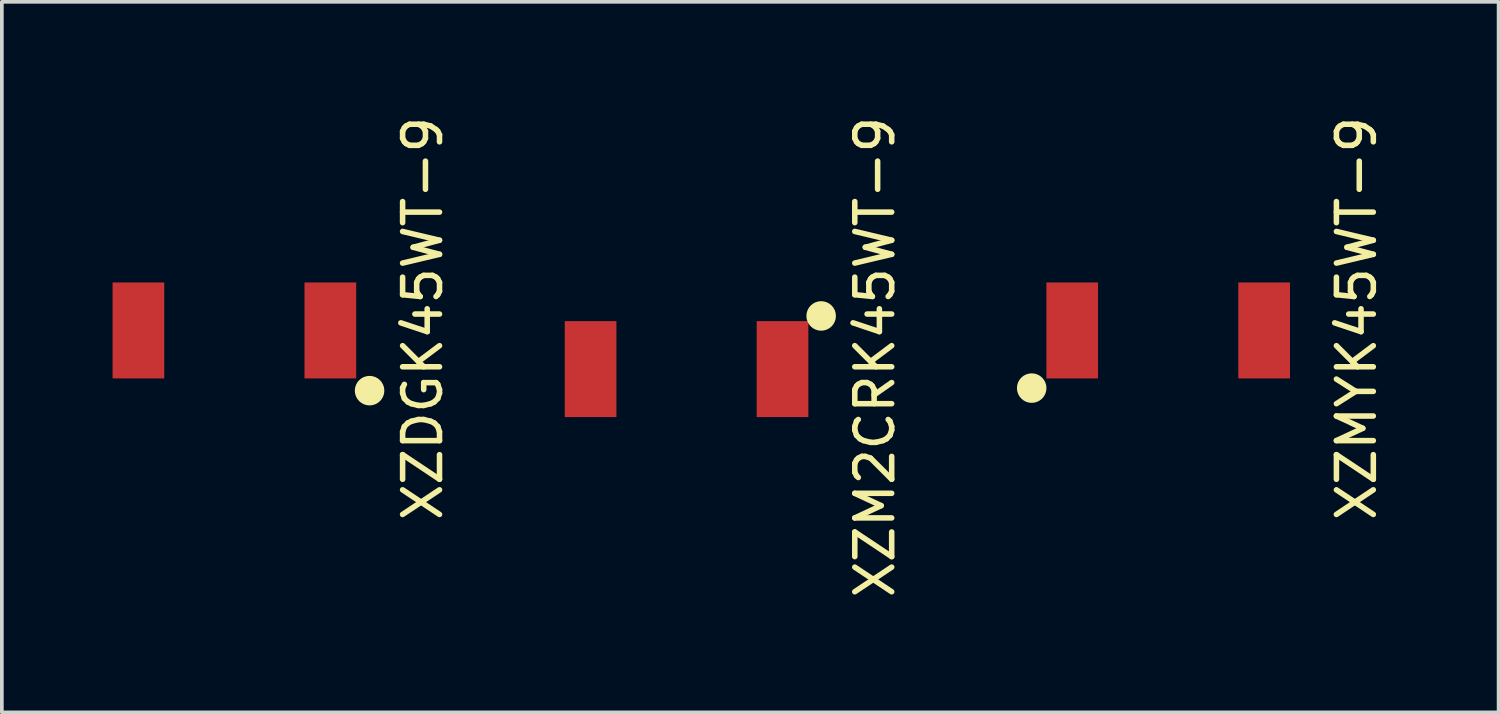
<source format=kicad_pcb>
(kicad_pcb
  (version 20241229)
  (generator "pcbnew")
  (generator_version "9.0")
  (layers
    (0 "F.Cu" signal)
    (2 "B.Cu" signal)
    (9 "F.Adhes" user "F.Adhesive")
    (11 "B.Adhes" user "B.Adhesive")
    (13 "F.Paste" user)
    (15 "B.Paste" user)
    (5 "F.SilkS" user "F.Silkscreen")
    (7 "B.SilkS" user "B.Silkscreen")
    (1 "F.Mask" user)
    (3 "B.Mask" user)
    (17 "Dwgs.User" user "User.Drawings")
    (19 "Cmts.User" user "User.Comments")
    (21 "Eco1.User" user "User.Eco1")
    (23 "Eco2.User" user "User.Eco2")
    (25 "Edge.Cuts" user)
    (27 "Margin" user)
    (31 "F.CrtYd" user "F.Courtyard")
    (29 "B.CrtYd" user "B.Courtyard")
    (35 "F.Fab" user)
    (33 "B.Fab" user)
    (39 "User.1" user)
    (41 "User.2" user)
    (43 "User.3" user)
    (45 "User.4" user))
  (footprint "XZM2CRK45WT-9"
    (layer "F.Cu")
    (at 15.551 6.95)
    (property "Reference" "XZM2CRK45WT-9" (at 5.103 -0.325 270) (layer "F.SilkS") (effects (font (size 1 1) (thickness 0.15))))
    (attr through_hole)
    (fp_circle (center -0.015 0.142) (end 0.785 0.142) (stroke (width 1.6) (type solid)) (fill no) (layer "F.Mask"))
    (fp_circle (center 3.647 -1.44) (end 3.847 -1.44) (stroke (width 0.4) (type solid)) (fill no) (layer "F.SilkS"))
    (pad "1" smd rect (at -2.6 0) (size 1.4 2.6) (layers "F.Cu" "F.Mask" "F.Paste"))
    (pad "2" smd rect (at 2.6 0) (size 1.4 2.6) (layers "F.Cu" "F.Mask" "F.Paste")))
  (footprint "XZMYK45WT-9"
    (layer "F.Cu")
    (at 28.6 5.903)
    (property "Reference" "XZMYK45WT-9" (at 5.103 -0.325 270) (layer "F.SilkS") (effects (font (size 1 1) (thickness 0.15))))
    (attr through_hole)
    (fp_circle (center -0.015 0.142) (end 0.785 0.142) (stroke (width 1.6) (type solid)) (fill no) (layer "F.Mask"))
    (fp_circle (center -3.698 1.562) (end -3.498 1.562) (stroke (width 0.4) (type solid)) (fill no) (layer "F.SilkS"))
    (pad "1" smd rect (at -2.6 0) (size 1.4 2.6) (layers "F.Cu" "F.Mask" "F.Paste"))
    (pad "2" smd rect (at 2.6 0) (size 1.4 2.6) (layers "F.Cu" "F.Mask" "F.Paste")))
  (footprint "XZDGK45WT-9"
    (layer "F.Cu")
    (at 3.3 5.903)
    (property "Reference" "XZDGK45WT-9" (at 5.103 -0.325 270) (layer "F.SilkS") (effects (font (size 1 1) (thickness 0.15))))
    (attr through_hole)
    (fp_circle (center -0.015 0.142) (end 0.785 0.142) (stroke (width 1.6) (type solid)) (fill no) (layer "F.Mask"))
    (fp_circle (center 3.663 1.631) (end 3.863 1.631) (stroke (width 0.4) (type solid)) (fill no) (layer "F.SilkS"))
    (pad "1" smd rect (at -2.6 0) (size 1.4 2.6) (layers "F.Cu" "F.Mask" "F.Paste"))
    (pad "2" smd rect (at 2.6 0) (size 1.4 2.6) (layers "F.Cu" "F.Mask" "F.Paste")))
  (gr_rect
    (start -3 -3)
    (end 37.552 16.25)
    (stroke (width 0.1) (type default))
    (fill no)
    (layer "Edge.Cuts")))
</source>
